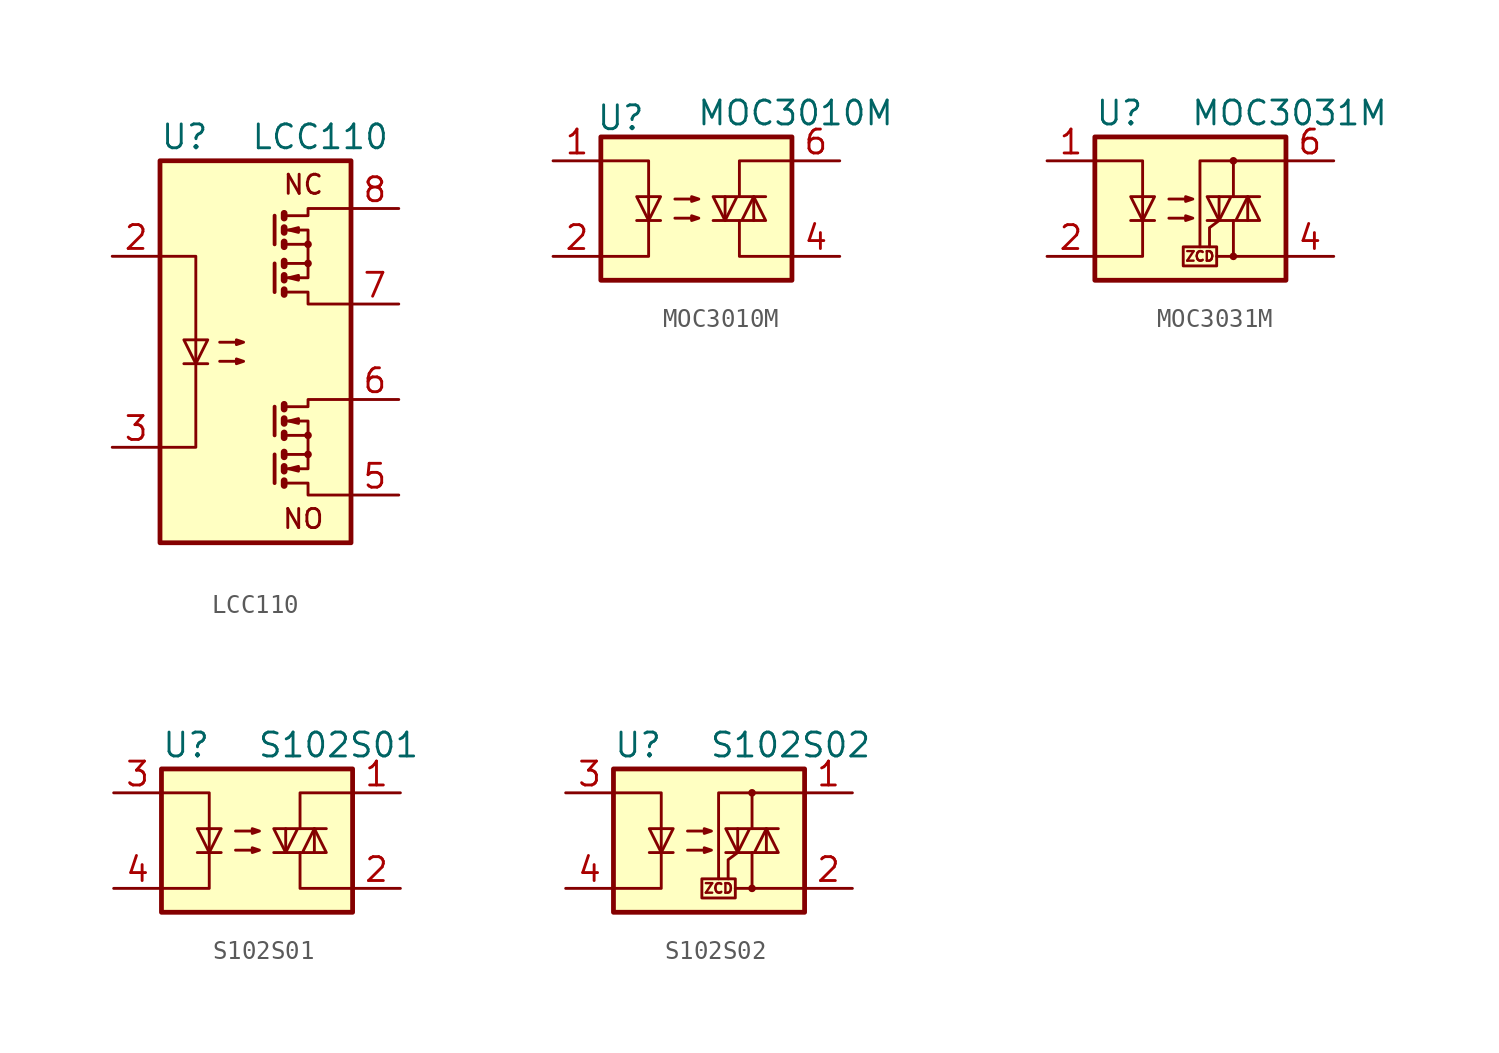
<source format=kicad_sym>
(kicad_symbol_lib
  (version 20241209)
  (generator "kicad_symbol_editor")
  (generator_version "9.0")
  (symbol "LCC110"
    (property "Reference" "U"
      (at -5.08 11.43 0)
      (effects (font (size 1.27 1.27)) (justify left)))
    (property "Value" "LCC110"
      (at -0.254 11.43 0)
      (effects (font (size 1.27 1.27)) (justify left)))
    (symbol "LCC110_0_0"
      (text "NC" (at 2.54 8.89 0) (effects (font (size 1.016 1.016))))
      (text "NO" (at 2.54 -8.89 0) (effects (font (size 1.016 1.016)))))
    (symbol "LCC110_0_1"
      (polyline (pts (xy -5.08 5.08) (xy -3.175 5.08) (xy -3.175 -5.08) (xy -5.08 -5.08)) (stroke (width 0) (type default)) (fill (type none)))
      (polyline (pts (xy -3.81 -0.635) (xy -2.54 -0.635)) (stroke (width 0) (type default)) (fill (type none)))
      (polyline (pts (xy -3.175 -0.635) (xy -3.81 0.635) (xy -2.54 0.635) (xy -3.175 -0.635)) (stroke (width 0) (type default)) (fill (type none)))
      (polyline (pts (xy -1.905 0.508) (xy -0.635 0.508) (xy -1.016 0.381) (xy -1.016 0.635) (xy -0.635 0.508)) (stroke (width 0) (type default)) (fill (type none)))
      (polyline (pts (xy -1.905 -0.508) (xy -0.635 -0.508) (xy -1.016 -0.635) (xy -1.016 -0.381) (xy -0.635 -0.508)) (stroke (width 0) (type default)) (fill (type none)))
      (polyline (pts (xy 1.016 7.239) (xy 1.016 5.715)) (stroke (width 0.203) (type default)) (fill (type none)))
      (polyline (pts (xy 1.016 4.699) (xy 1.016 3.175)) (stroke (width 0.203) (type default)) (fill (type none)))
      (polyline (pts (xy 1.016 -2.921) (xy 1.016 -4.445)) (stroke (width 0.203) (type default)) (fill (type none)))
      (polyline (pts (xy 1.016 -5.461) (xy 1.016 -6.985)) (stroke (width 0.203) (type default)) (fill (type none)))
      (polyline (pts (xy 1.524 7.366) (xy 1.524 7.112) (xy 1.524 7.112)) (stroke (width 0.356) (type default)) (fill (type none)))
      (polyline (pts (xy 1.524 6.604) (xy 1.524 6.35) (xy 1.524 6.35)) (stroke (width 0.356) (type default)) (fill (type none)))
      (polyline (pts (xy 1.524 5.842) (xy 1.524 5.588) (xy 1.524 5.588)) (stroke (width 0.356) (type default)) (fill (type none)))
      (polyline (pts (xy 1.524 4.826) (xy 1.524 4.572) (xy 1.524 4.572)) (stroke (width 0.356) (type default)) (fill (type none)))
      (polyline (pts (xy 1.524 4.064) (xy 1.524 3.81) (xy 1.524 3.81)) (stroke (width 0.356) (type default)) (fill (type none)))
      (polyline (pts (xy 1.524 3.302) (xy 1.524 3.048) (xy 1.524 3.048)) (stroke (width 0.356) (type default)) (fill (type none)))
      (polyline (pts (xy 1.524 -2.794) (xy 1.524 -3.048) (xy 1.524 -3.048)) (stroke (width 0.356) (type default)) (fill (type none)))
      (polyline (pts (xy 1.524 -3.556) (xy 1.524 -3.81) (xy 1.524 -3.81)) (stroke (width 0.356) (type default)) (fill (type none)))
      (polyline (pts (xy 1.524 -4.318) (xy 1.524 -4.572) (xy 1.524 -4.572)) (stroke (width 0.356) (type default)) (fill (type none)))
      (polyline (pts (xy 1.524 -5.334) (xy 1.524 -5.588) (xy 1.524 -5.588)) (stroke (width 0.356) (type default)) (fill (type none)))
      (polyline (pts (xy 1.524 -6.096) (xy 1.524 -6.35) (xy 1.524 -6.35)) (stroke (width 0.356) (type default)) (fill (type none)))
      (polyline (pts (xy 1.524 -6.858) (xy 1.524 -7.112) (xy 1.524 -7.112)) (stroke (width 0.356) (type default)) (fill (type none)))
      (polyline (pts (xy 1.651 7.239) (xy 2.794 7.239) (xy 2.794 7.62) (xy 5.08 7.62)) (stroke (width 0) (type default)) (fill (type none)))
      (polyline (pts (xy 1.651 6.477) (xy 2.794 6.477) (xy 2.794 5.715)) (stroke (width 0) (type default)) (fill (type none)))
      (polyline (pts (xy 1.651 -2.921) (xy 2.794 -2.921) (xy 2.794 -2.54) (xy 5.08 -2.54)) (stroke (width 0) (type default)) (fill (type none)))
      (polyline (pts (xy 1.651 -3.683) (xy 2.794 -3.683) (xy 2.794 -4.445)) (stroke (width 0) (type default)) (fill (type none)))
      (polyline (pts (xy 1.778 6.477) (xy 2.286 6.604) (xy 2.286 6.35) (xy 1.778 6.477)) (stroke (width 0) (type default)) (fill (type none)))
      (polyline (pts (xy 1.778 3.937) (xy 2.286 4.064) (xy 2.286 3.81) (xy 1.778 3.937)) (stroke (width 0) (type default)) (fill (type none)))
      (polyline (pts (xy 1.778 -3.683) (xy 2.286 -3.556) (xy 2.286 -3.81) (xy 1.778 -3.683)) (stroke (width 0) (type default)) (fill (type none)))
      (polyline (pts (xy 1.778 -6.223) (xy 2.286 -6.096) (xy 2.286 -6.35) (xy 1.778 -6.223)) (stroke (width 0) (type default)) (fill (type none)))
      (circle (center 2.794 5.715) (radius 0.127) (stroke (width 0) (type default)) (fill (type none)))
      (circle (center 2.794 4.699) (radius 0.127) (stroke (width 0) (type default)) (fill (type none)))
      (circle (center 2.794 -4.445) (radius 0.127) (stroke (width 0) (type default)) (fill (type none)))
      (circle (center 2.794 -5.461) (radius 0.127) (stroke (width 0) (type default)) (fill (type none)))
      (rectangle (start 5.08 -10.16) (end -5.08 10.16) (stroke (width 0.254) (type default)) (fill (type background))))
    (symbol "LCC110_1_1"
      (polyline (pts (xy 1.524 5.715) (xy 2.794 5.715) (xy 2.794 4.699) (xy 1.524 4.699)) (stroke (width 0) (type default)) (fill (type none)))
      (polyline (pts (xy 1.524 3.937) (xy 2.794 3.937) (xy 2.794 4.699)) (stroke (width 0) (type default)) (fill (type none)))
      (polyline (pts (xy 1.524 3.175) (xy 2.794 3.175) (xy 2.794 2.54) (xy 5.08 2.54)) (stroke (width 0) (type default)) (fill (type none)))
      (polyline (pts (xy 1.524 -4.445) (xy 2.794 -4.445) (xy 2.794 -5.461) (xy 1.524 -5.461)) (stroke (width 0) (type default)) (fill (type none)))
      (polyline (pts (xy 1.524 -6.223) (xy 2.794 -6.223) (xy 2.794 -5.461)) (stroke (width 0) (type default)) (fill (type none)))
      (polyline (pts (xy 1.524 -6.985) (xy 2.794 -6.985) (xy 2.794 -7.62) (xy 5.08 -7.62)) (stroke (width 0) (type default)) (fill (type none)))
      (pin passive line (at -7.62 5.08 0) (length 2.54) (name "~" (effects (font (size 1.27 1.27)))) (number "2" (effects (font (size 1.27 1.27)))))
      (pin passive line (at -7.62 -5.08 0) (length 2.54) (name "~" (effects (font (size 1.27 1.27)))) (number "3" (effects (font (size 1.27 1.27)))))
      (pin no_connect line (at -5.08 7.62 0) (length 2.54) (hide yes) (name "nc" (effects (font (size 1.27 1.27)))) (number "1" (effects (font (size 1.27 1.27)))))
      (pin no_connect line (at -5.08 -7.62 0) (length 2.54) (hide yes) (name "nc" (effects (font (size 1.27 1.27)))) (number "4" (effects (font (size 1.27 1.27)))))
      (pin passive line (at 7.62 7.62 180) (length 2.54) (name "~" (effects (font (size 1.27 1.27)))) (number "8" (effects (font (size 1.27 1.27)))))
      (pin passive line (at 7.62 2.54 180) (length 2.54) (name "~" (effects (font (size 1.27 1.27)))) (number "7" (effects (font (size 1.27 1.27)))))
      (pin passive line (at 7.62 -2.54 180) (length 2.54) (name "~" (effects (font (size 1.27 1.27)))) (number "6" (effects (font (size 1.27 1.27)))))
      (pin passive line (at 7.62 -7.62 180) (length 2.54) (name "~" (effects (font (size 1.27 1.27)))) (number "5" (effects (font (size 1.27 1.27)))))))
  (symbol "MOC3010M"
    (property "Reference" "U"
      (at -5.334 4.826 0)
      (effects (font (size 1.27 1.27)) (justify left)))
    (property "Value" "MOC3010M"
      (at 0 5.08 0)
      (effects (font (size 1.27 1.27)) (justify left)))
    (symbol "MOC3010M_0_1"
      (rectangle (start -5.08 3.81) (end 5.08 -3.81) (stroke (width 0.254) (type default)) (fill (type background)))
      (polyline (pts (xy -5.08 2.54) (xy -2.54 2.54) (xy -2.54 -2.54) (xy -5.08 -2.54)) (stroke (width 0) (type default)) (fill (type none)))
      (polyline (pts (xy -3.175 -0.635) (xy -1.905 -0.635)) (stroke (width 0) (type default)) (fill (type none)))
      (polyline (pts (xy -2.54 -0.635) (xy -3.175 0.635) (xy -1.905 0.635) (xy -2.54 -0.635)) (stroke (width 0) (type default)) (fill (type none)))
      (polyline (pts (xy -1.143 0.508) (xy 0.127 0.508) (xy -0.254 0.381) (xy -0.254 0.635) (xy 0.127 0.508)) (stroke (width 0) (type default)) (fill (type none)))
      (polyline (pts (xy -1.143 -0.508) (xy 0.127 -0.508) (xy -0.254 -0.635) (xy -0.254 -0.381) (xy 0.127 -0.508)) (stroke (width 0) (type default)) (fill (type none)))
      (polyline (pts (xy 0.889 -0.635) (xy 3.683 -0.635) (xy 3.048 0.635) (xy 2.413 -0.635)) (stroke (width 0) (type default)) (fill (type none)))
      (polyline (pts (xy 1.524 -0.635) (xy 1.524 0.635)) (stroke (width 0) (type default)) (fill (type none)))
      (polyline (pts (xy 2.286 0.635) (xy 2.286 2.54) (xy 5.08 2.54)) (stroke (width 0) (type default)) (fill (type none)))
      (polyline (pts (xy 2.286 -0.635) (xy 2.286 -2.54) (xy 5.08 -2.54)) (stroke (width 0) (type default)) (fill (type none)))
      (polyline (pts (xy 3.048 0.635) (xy 3.048 -0.635)) (stroke (width 0) (type default)) (fill (type none)))
      (polyline (pts (xy 3.683 0.635) (xy 0.889 0.635) (xy 1.524 -0.635) (xy 2.159 0.635)) (stroke (width 0) (type default)) (fill (type none))))
    (symbol "MOC3010M_1_1"
      (pin passive line (at -7.62 2.54 0) (length 2.54) (name "~" (effects (font (size 1.27 1.27)))) (number "1" (effects (font (size 1.27 1.27)))))
      (pin passive line (at -7.62 -2.54 0) (length 2.54) (name "~" (effects (font (size 1.27 1.27)))) (number "2" (effects (font (size 1.27 1.27)))))
      (pin no_connect line (at -5.08 0 0) (length 2.54) (hide yes) (name "NC" (effects (font (size 1.27 1.27)))) (number "3" (effects (font (size 1.27 1.27)))))
      (pin no_connect line (at 5.08 0 180) (length 2.54) (hide yes) (name "NC" (effects (font (size 1.27 1.27)))) (number "5" (effects (font (size 1.27 1.27)))))
      (pin passive line (at 7.62 2.54 180) (length 2.54) (name "~" (effects (font (size 1.27 1.27)))) (number "6" (effects (font (size 1.27 1.27)))))
      (pin passive line (at 7.62 -2.54 180) (length 2.54) (name "~" (effects (font (size 1.27 1.27)))) (number "4" (effects (font (size 1.27 1.27)))))))
  (symbol "MOC3031M"
    (property "Reference" "U"
      (at -5.08 5.08 0)
      (effects (font (size 1.27 1.27)) (justify left)))
    (property "Value" "MOC3031M"
      (at 0 5.08 0)
      (effects (font (size 1.27 1.27)) (justify left)))
    (symbol "MOC3031M_0_0"
      (rectangle (start -0.381 -2.032) (end 1.397 -3.048) (stroke (width 0) (type default)) (fill (type none)))
      (polyline (pts (xy 1.524 -0.635) (xy 1.016 -1.016) (xy 1.016 -2.032)) (stroke (width 0) (type default)) (fill (type none)))
      (polyline (pts (xy 2.286 -2.54) (xy 1.397 -2.54)) (stroke (width 0) (type default)) (fill (type none)))
      (text "ZCD" (at 0.508 -2.54 0) (effects (font (size 0.508 0.508)))))
    (symbol "MOC3031M_0_1"
      (rectangle (start -5.08 3.81) (end 5.08 -3.81) (stroke (width 0.254) (type default)) (fill (type background)))
      (polyline (pts (xy -5.08 2.54) (xy -2.54 2.54) (xy -2.54 -2.54) (xy -5.08 -2.54)) (stroke (width 0) (type default)) (fill (type none)))
      (polyline (pts (xy -3.175 -0.635) (xy -1.905 -0.635)) (stroke (width 0) (type default)) (fill (type none)))
      (polyline (pts (xy -2.54 -0.635) (xy -3.175 0.635) (xy -1.905 0.635) (xy -2.54 -0.635)) (stroke (width 0) (type default)) (fill (type none)))
      (polyline (pts (xy -1.143 0.508) (xy 0.127 0.508) (xy -0.254 0.381) (xy -0.254 0.635) (xy 0.127 0.508)) (stroke (width 0) (type default)) (fill (type none)))
      (polyline (pts (xy -1.143 -0.508) (xy 0.127 -0.508) (xy -0.254 -0.635) (xy -0.254 -0.381) (xy 0.127 -0.508)) (stroke (width 0) (type default)) (fill (type none)))
      (polyline (pts (xy 0.889 -0.635) (xy 3.683 -0.635) (xy 3.048 0.635) (xy 2.413 -0.635)) (stroke (width 0) (type default)) (fill (type none)))
      (polyline (pts (xy 1.524 -0.635) (xy 1.524 0.635)) (stroke (width 0) (type default)) (fill (type none)))
      (polyline (pts (xy 2.286 2.54) (xy 0.508 2.54) (xy 0.508 -2.032)) (stroke (width 0) (type default)) (fill (type none)))
      (circle (center 2.286 2.54) (radius 0.127) (stroke (width 0) (type default)) (fill (type none)))
      (polyline (pts (xy 2.286 0.635) (xy 2.286 2.54) (xy 5.08 2.54)) (stroke (width 0) (type default)) (fill (type none)))
      (polyline (pts (xy 2.286 -0.635) (xy 2.286 -2.54) (xy 5.08 -2.54)) (stroke (width 0) (type default)) (fill (type none)))
      (circle (center 2.286 -2.54) (radius 0.127) (stroke (width 0) (type default)) (fill (type none)))
      (polyline (pts (xy 3.048 0.635) (xy 3.048 -0.635)) (stroke (width 0) (type default)) (fill (type none)))
      (polyline (pts (xy 3.683 0.635) (xy 0.889 0.635) (xy 1.524 -0.635) (xy 2.159 0.635)) (stroke (width 0) (type default)) (fill (type none))))
    (symbol "MOC3031M_1_1"
      (pin passive line (at -7.62 2.54 0) (length 2.54) (name "~" (effects (font (size 1.27 1.27)))) (number "1" (effects (font (size 1.27 1.27)))))
      (pin passive line (at -7.62 -2.54 0) (length 2.54) (name "~" (effects (font (size 1.27 1.27)))) (number "2" (effects (font (size 1.27 1.27)))))
      (pin no_connect line (at -5.08 0 0) (length 2.54) (hide yes) (name "NC" (effects (font (size 1.27 1.27)))) (number "3" (effects (font (size 1.27 1.27)))))
      (pin no_connect line (at 5.08 0 180) (length 2.54) (hide yes) (name "NC" (effects (font (size 1.27 1.27)))) (number "5" (effects (font (size 1.27 1.27)))))
      (pin passive line (at 7.62 2.54 180) (length 2.54) (name "~" (effects (font (size 1.27 1.27)))) (number "6" (effects (font (size 1.27 1.27)))))
      (pin passive line (at 7.62 -2.54 180) (length 2.54) (name "~" (effects (font (size 1.27 1.27)))) (number "4" (effects (font (size 1.27 1.27)))))))
  (symbol "S102S01"
    (property "Reference" "U"
      (at -5.08 5.08 0)
      (effects (font (size 1.27 1.27)) (justify left)))
    (property "Value" "S102S01"
      (at 0 5.08 0)
      (effects (font (size 1.27 1.27)) (justify left)))
    (symbol "S102S01_0_1"
      (rectangle (start -5.08 3.81) (end 5.08 -3.81) (stroke (width 0.254) (type default)) (fill (type background)))
      (polyline (pts (xy -5.08 2.54) (xy -2.54 2.54) (xy -2.54 -2.54) (xy -5.08 -2.54)) (stroke (width 0) (type default)) (fill (type none)))
      (polyline (pts (xy -3.175 -0.635) (xy -1.905 -0.635)) (stroke (width 0) (type default)) (fill (type none)))
      (polyline (pts (xy -2.54 -0.635) (xy -3.175 0.635) (xy -1.905 0.635) (xy -2.54 -0.635)) (stroke (width 0) (type default)) (fill (type none)))
      (polyline (pts (xy -1.143 0.508) (xy 0.127 0.508) (xy -0.254 0.381) (xy -0.254 0.635) (xy 0.127 0.508)) (stroke (width 0) (type default)) (fill (type none)))
      (polyline (pts (xy -1.143 -0.508) (xy 0.127 -0.508) (xy -0.254 -0.635) (xy -0.254 -0.381) (xy 0.127 -0.508)) (stroke (width 0) (type default)) (fill (type none)))
      (polyline (pts (xy 0.889 -0.635) (xy 3.683 -0.635) (xy 3.048 0.635) (xy 2.413 -0.635)) (stroke (width 0) (type default)) (fill (type none)))
      (polyline (pts (xy 1.524 -0.635) (xy 1.524 0.635)) (stroke (width 0) (type default)) (fill (type none)))
      (polyline (pts (xy 2.286 0.635) (xy 2.286 2.54) (xy 5.08 2.54)) (stroke (width 0) (type default)) (fill (type none)))
      (polyline (pts (xy 2.286 -0.635) (xy 2.286 -2.54) (xy 5.08 -2.54)) (stroke (width 0) (type default)) (fill (type none)))
      (polyline (pts (xy 3.048 0.635) (xy 3.048 -0.635)) (stroke (width 0) (type default)) (fill (type none)))
      (polyline (pts (xy 3.683 0.635) (xy 0.889 0.635) (xy 1.524 -0.635) (xy 2.159 0.635)) (stroke (width 0) (type default)) (fill (type none))))
    (symbol "S102S01_1_1"
      (pin passive line (at -7.62 2.54 0) (length 2.54) (name "~" (effects (font (size 1.27 1.27)))) (number "3" (effects (font (size 1.27 1.27)))))
      (pin passive line (at -7.62 -2.54 0) (length 2.54) (name "~" (effects (font (size 1.27 1.27)))) (number "4" (effects (font (size 1.27 1.27)))))
      (pin passive line (at 7.62 2.54 180) (length 2.54) (name "~" (effects (font (size 1.27 1.27)))) (number "1" (effects (font (size 1.27 1.27)))))
      (pin passive line (at 7.62 -2.54 180) (length 2.54) (name "~" (effects (font (size 1.27 1.27)))) (number "2" (effects (font (size 1.27 1.27)))))))
  (symbol "S102S02"
    (property "Reference" "U"
      (at -5.08 5.08 0)
      (effects (font (size 1.27 1.27)) (justify left)))
    (property "Value" "S102S02"
      (at 0 5.08 0)
      (effects (font (size 1.27 1.27)) (justify left)))
    (symbol "S102S02_0_0"
      (rectangle (start -0.381 -2.032) (end 1.397 -3.048) (stroke (width 0) (type default)) (fill (type none)))
      (polyline (pts (xy 1.524 -0.635) (xy 1.016 -1.016) (xy 1.016 -2.032)) (stroke (width 0) (type default)) (fill (type none)))
      (polyline (pts (xy 2.286 -2.54) (xy 1.397 -2.54)) (stroke (width 0) (type default)) (fill (type none)))
      (text "ZCD" (at 0.508 -2.54 0) (effects (font (size 0.508 0.508)))))
    (symbol "S102S02_0_1"
      (rectangle (start -5.08 3.81) (end 5.08 -3.81) (stroke (width 0.254) (type default)) (fill (type background)))
      (polyline (pts (xy -5.08 2.54) (xy -2.54 2.54) (xy -2.54 -2.54) (xy -5.08 -2.54)) (stroke (width 0) (type default)) (fill (type none)))
      (polyline (pts (xy -3.175 -0.635) (xy -1.905 -0.635)) (stroke (width 0) (type default)) (fill (type none)))
      (polyline (pts (xy -2.54 -0.635) (xy -3.175 0.635) (xy -1.905 0.635) (xy -2.54 -0.635)) (stroke (width 0) (type default)) (fill (type none)))
      (polyline (pts (xy -1.143 0.508) (xy 0.127 0.508) (xy -0.254 0.381) (xy -0.254 0.635) (xy 0.127 0.508)) (stroke (width 0) (type default)) (fill (type none)))
      (polyline (pts (xy -1.143 -0.508) (xy 0.127 -0.508) (xy -0.254 -0.635) (xy -0.254 -0.381) (xy 0.127 -0.508)) (stroke (width 0) (type default)) (fill (type none)))
      (polyline (pts (xy 0.889 -0.635) (xy 3.683 -0.635) (xy 3.048 0.635) (xy 2.413 -0.635)) (stroke (width 0) (type default)) (fill (type none)))
      (polyline (pts (xy 1.524 -0.635) (xy 1.524 0.635)) (stroke (width 0) (type default)) (fill (type none)))
      (polyline (pts (xy 2.286 2.54) (xy 0.508 2.54) (xy 0.508 -2.032)) (stroke (width 0) (type default)) (fill (type none)))
      (circle (center 2.286 2.54) (radius 0.127) (stroke (width 0) (type default)) (fill (type none)))
      (polyline (pts (xy 2.286 0.635) (xy 2.286 2.54) (xy 5.08 2.54)) (stroke (width 0) (type default)) (fill (type none)))
      (polyline (pts (xy 2.286 -0.635) (xy 2.286 -2.54) (xy 5.08 -2.54)) (stroke (width 0) (type default)) (fill (type none)))
      (circle (center 2.286 -2.54) (radius 0.127) (stroke (width 0) (type default)) (fill (type none)))
      (polyline (pts (xy 3.048 0.635) (xy 3.048 -0.635)) (stroke (width 0) (type default)) (fill (type none)))
      (polyline (pts (xy 3.683 0.635) (xy 0.889 0.635) (xy 1.524 -0.635) (xy 2.159 0.635)) (stroke (width 0) (type default)) (fill (type none))))
    (symbol "S102S02_1_1"
      (pin passive line (at -7.62 2.54 0) (length 2.54) (name "~" (effects (font (size 1.27 1.27)))) (number "3" (effects (font (size 1.27 1.27)))))
      (pin passive line (at -7.62 -2.54 0) (length 2.54) (name "~" (effects (font (size 1.27 1.27)))) (number "4" (effects (font (size 1.27 1.27)))))
      (pin passive line (at 7.62 2.54 180) (length 2.54) (name "~" (effects (font (size 1.27 1.27)))) (number "1" (effects (font (size 1.27 1.27)))))
      (pin passive line (at 7.62 -2.54 180) (length 2.54) (name "~" (effects (font (size 1.27 1.27)))) (number "2" (effects (font (size 1.27 1.27))))))))
</source>
